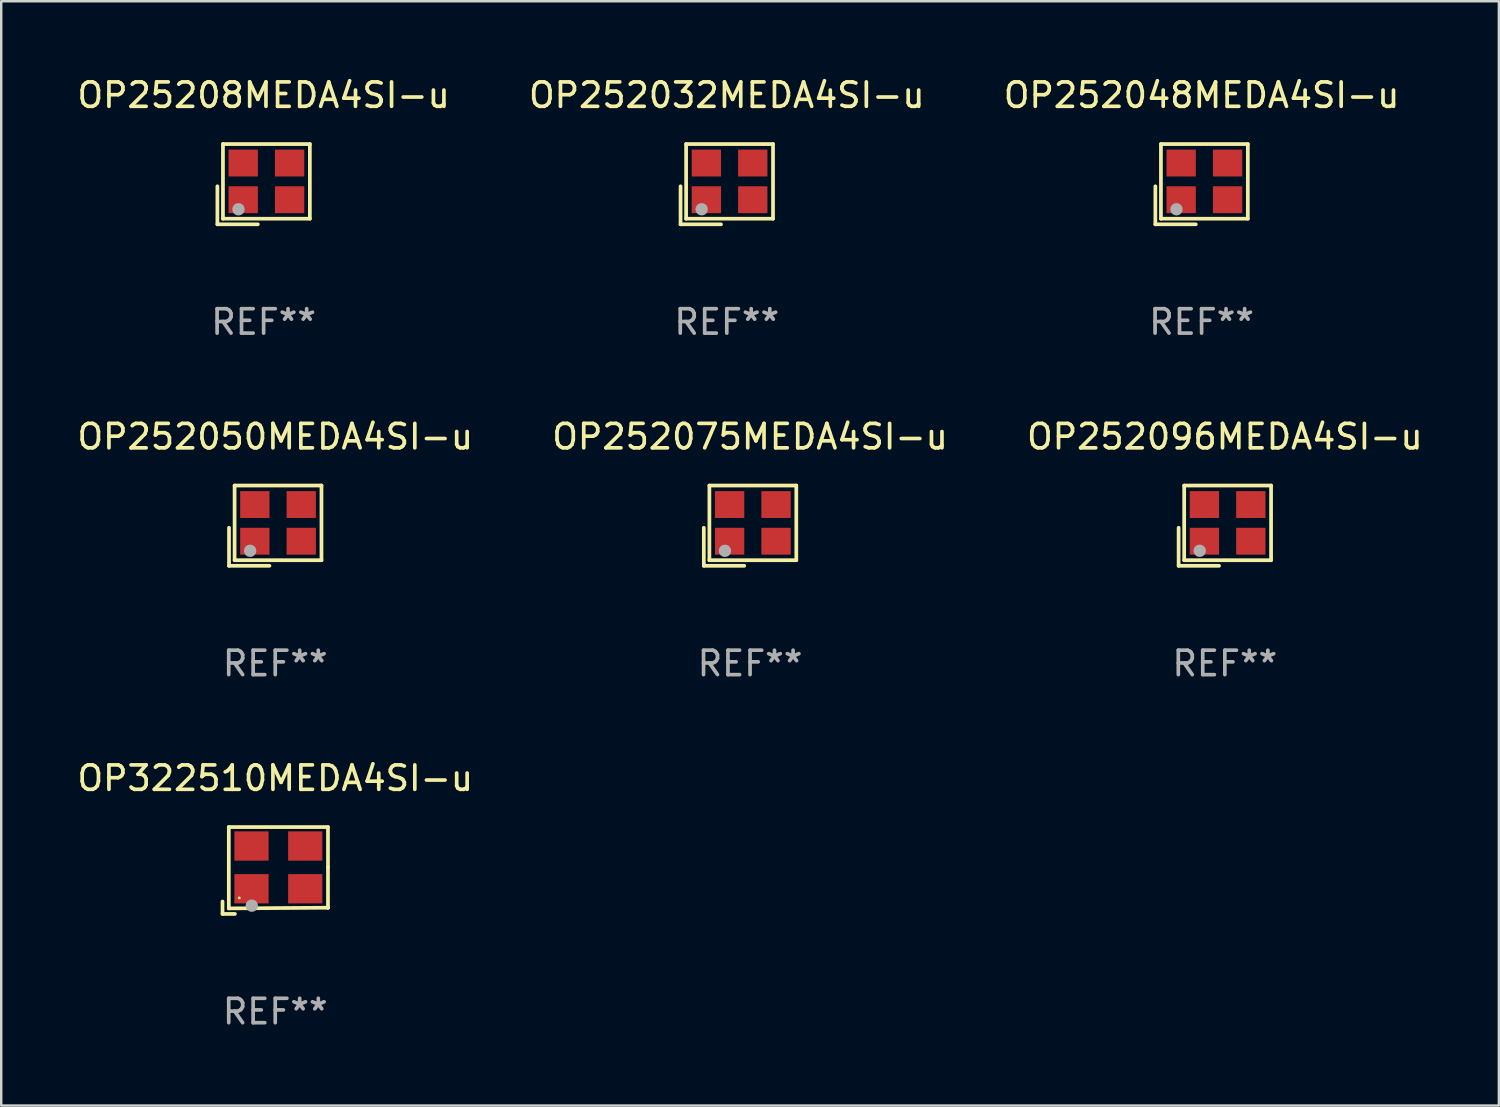
<source format=kicad_pcb>
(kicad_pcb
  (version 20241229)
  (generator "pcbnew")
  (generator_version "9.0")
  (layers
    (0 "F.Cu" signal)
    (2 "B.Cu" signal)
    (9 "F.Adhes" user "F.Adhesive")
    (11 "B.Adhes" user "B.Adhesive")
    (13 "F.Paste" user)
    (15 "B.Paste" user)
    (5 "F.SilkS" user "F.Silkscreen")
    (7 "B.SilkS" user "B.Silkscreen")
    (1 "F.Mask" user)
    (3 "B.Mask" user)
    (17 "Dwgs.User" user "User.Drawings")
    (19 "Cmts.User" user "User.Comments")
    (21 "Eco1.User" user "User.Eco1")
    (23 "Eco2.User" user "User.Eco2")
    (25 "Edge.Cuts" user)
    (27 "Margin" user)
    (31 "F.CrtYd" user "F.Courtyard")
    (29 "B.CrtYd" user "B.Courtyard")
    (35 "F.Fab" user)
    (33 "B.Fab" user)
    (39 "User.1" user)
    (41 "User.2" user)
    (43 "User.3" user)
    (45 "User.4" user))
  (footprint "OP252032MEDA4SI-u"
    (layer "F.Cu")
    (at 26.708 4.491)
    (property "Reference" "OP252032MEDA4SI-u" (at 0 -3.643 0) (layer "F.SilkS") (effects (font (size 1 1) (thickness 0.15))))
    (attr through_hole)
    (fp_line (start -1.893 0.086) (end -1.893 1.643) (stroke (width 0.152) (type solid)) (layer "F.SilkS"))
    (fp_line (start -1.893 1.643) (end -0.237 1.643) (stroke (width 0.152) (type solid)) (layer "F.SilkS"))
    (fp_line (start -1.665 -1.643) (end 1.893 -1.643) (stroke (width 0.152) (type solid)) (layer "F.SilkS"))
    (fp_line (start -1.665 1.414) (end -1.665 -1.643) (stroke (width 0.152) (type solid)) (layer "F.SilkS"))
    (fp_line (start 1.893 -1.643) (end 1.893 1.414) (stroke (width 0.152) (type solid)) (layer "F.SilkS"))
    (fp_line (start 1.893 1.414) (end -1.665 1.414) (stroke (width 0.152) (type solid)) (layer "F.SilkS"))
    (fp_circle (center -1.136 0.885) (end -1.106 0.885) (stroke (width 0.06) (type solid)) (fill no) (layer "F.SilkS"))
    (fp_circle (center -1.029 1.028) (end -0.902 1.028) (stroke (width 0.254) (type solid)) (fill no) (layer "F.Fab"))
    (fp_text user "REF**" (at 0 5.643 0) (layer "F.Fab") (effects (font (size 1 1) (thickness 0.15))))
    (pad "1" smd rect (at -0.836 0.636) (size 1.2 1.1) (layers "F.Cu" "F.Mask" "F.Paste"))
    (pad "2" smd rect (at 1.064 0.636) (size 1.2 1.1) (layers "F.Cu" "F.Mask" "F.Paste"))
    (pad "3" smd rect (at 1.064 -0.865) (size 1.2 1.1) (layers "F.Cu" "F.Mask" "F.Paste"))
    (pad "4" smd rect (at -0.836 -0.865) (size 1.2 1.1) (layers "F.Cu" "F.Mask" "F.Paste")))
  (footprint "OP252075MEDA4SI-u"
    (layer "F.Cu")
    (at 27.661 18.474)
    (property "Reference" "OP252075MEDA4SI-u" (at 0 -3.643 0) (layer "F.SilkS") (effects (font (size 1 1) (thickness 0.15))))
    (attr through_hole)
    (fp_line (start -1.893 0.086) (end -1.893 1.643) (stroke (width 0.152) (type solid)) (layer "F.SilkS"))
    (fp_line (start -1.893 1.643) (end -0.237 1.643) (stroke (width 0.152) (type solid)) (layer "F.SilkS"))
    (fp_line (start -1.665 -1.643) (end 1.893 -1.643) (stroke (width 0.152) (type solid)) (layer "F.SilkS"))
    (fp_line (start -1.665 1.414) (end -1.665 -1.643) (stroke (width 0.152) (type solid)) (layer "F.SilkS"))
    (fp_line (start 1.893 -1.643) (end 1.893 1.414) (stroke (width 0.152) (type solid)) (layer "F.SilkS"))
    (fp_line (start 1.893 1.414) (end -1.665 1.414) (stroke (width 0.152) (type solid)) (layer "F.SilkS"))
    (fp_circle (center -1.136 0.885) (end -1.106 0.885) (stroke (width 0.06) (type solid)) (fill no) (layer "F.SilkS"))
    (fp_circle (center -1.029 1.028) (end -0.902 1.028) (stroke (width 0.254) (type solid)) (fill no) (layer "F.Fab"))
    (fp_text user "REF**" (at 0 5.643 0) (layer "F.Fab") (effects (font (size 1 1) (thickness 0.15))))
    (pad "1" smd rect (at -0.836 0.636) (size 1.2 1.1) (layers "F.Cu" "F.Mask" "F.Paste"))
    (pad "2" smd rect (at 1.064 0.636) (size 1.2 1.1) (layers "F.Cu" "F.Mask" "F.Paste"))
    (pad "3" smd rect (at 1.064 -0.865) (size 1.2 1.1) (layers "F.Cu" "F.Mask" "F.Paste"))
    (pad "4" smd rect (at -0.836 -0.865) (size 1.2 1.1) (layers "F.Cu" "F.Mask" "F.Paste")))
  (footprint "OP252048MEDA4SI-u"
    (layer "F.Cu")
    (at 46.149 4.491)
    (property "Reference" "OP252048MEDA4SI-u" (at 0 -3.643 0) (layer "F.SilkS") (effects (font (size 1 1) (thickness 0.15))))
    (attr through_hole)
    (fp_line (start -1.893 0.086) (end -1.893 1.643) (stroke (width 0.152) (type solid)) (layer "F.SilkS"))
    (fp_line (start -1.893 1.643) (end -0.237 1.643) (stroke (width 0.152) (type solid)) (layer "F.SilkS"))
    (fp_line (start -1.665 -1.643) (end 1.893 -1.643) (stroke (width 0.152) (type solid)) (layer "F.SilkS"))
    (fp_line (start -1.665 1.414) (end -1.665 -1.643) (stroke (width 0.152) (type solid)) (layer "F.SilkS"))
    (fp_line (start 1.893 -1.643) (end 1.893 1.414) (stroke (width 0.152) (type solid)) (layer "F.SilkS"))
    (fp_line (start 1.893 1.414) (end -1.665 1.414) (stroke (width 0.152) (type solid)) (layer "F.SilkS"))
    (fp_circle (center -1.136 0.885) (end -1.106 0.885) (stroke (width 0.06) (type solid)) (fill no) (layer "F.SilkS"))
    (fp_circle (center -1.029 1.028) (end -0.902 1.028) (stroke (width 0.254) (type solid)) (fill no) (layer "F.Fab"))
    (fp_text user "REF**" (at 0 5.643 0) (layer "F.Fab") (effects (font (size 1 1) (thickness 0.15))))
    (pad "1" smd rect (at -0.836 0.636) (size 1.2 1.1) (layers "F.Cu" "F.Mask" "F.Paste"))
    (pad "2" smd rect (at 1.064 0.636) (size 1.2 1.1) (layers "F.Cu" "F.Mask" "F.Paste"))
    (pad "3" smd rect (at 1.064 -0.865) (size 1.2 1.1) (layers "F.Cu" "F.Mask" "F.Paste"))
    (pad "4" smd rect (at -0.836 -0.865) (size 1.2 1.1) (layers "F.Cu" "F.Mask" "F.Paste")))
  (footprint "OP252050MEDA4SI-u"
    (layer "F.Cu")
    (at 8.22 18.474)
    (property "Reference" "OP252050MEDA4SI-u" (at 0 -3.643 0) (layer "F.SilkS") (effects (font (size 1 1) (thickness 0.15))))
    (attr through_hole)
    (fp_line (start -1.893 0.086) (end -1.893 1.643) (stroke (width 0.152) (type solid)) (layer "F.SilkS"))
    (fp_line (start -1.893 1.643) (end -0.237 1.643) (stroke (width 0.152) (type solid)) (layer "F.SilkS"))
    (fp_line (start -1.665 -1.643) (end 1.893 -1.643) (stroke (width 0.152) (type solid)) (layer "F.SilkS"))
    (fp_line (start -1.665 1.414) (end -1.665 -1.643) (stroke (width 0.152) (type solid)) (layer "F.SilkS"))
    (fp_line (start 1.893 -1.643) (end 1.893 1.414) (stroke (width 0.152) (type solid)) (layer "F.SilkS"))
    (fp_line (start 1.893 1.414) (end -1.665 1.414) (stroke (width 0.152) (type solid)) (layer "F.SilkS"))
    (fp_circle (center -1.136 0.885) (end -1.106 0.885) (stroke (width 0.06) (type solid)) (fill no) (layer "F.SilkS"))
    (fp_circle (center -1.029 1.028) (end -0.902 1.028) (stroke (width 0.254) (type solid)) (fill no) (layer "F.Fab"))
    (fp_text user "REF**" (at 0 5.643 0) (layer "F.Fab") (effects (font (size 1 1) (thickness 0.15))))
    (pad "1" smd rect (at -0.836 0.636) (size 1.2 1.1) (layers "F.Cu" "F.Mask" "F.Paste"))
    (pad "2" smd rect (at 1.064 0.636) (size 1.2 1.1) (layers "F.Cu" "F.Mask" "F.Paste"))
    (pad "3" smd rect (at 1.064 -0.865) (size 1.2 1.1) (layers "F.Cu" "F.Mask" "F.Paste"))
    (pad "4" smd rect (at -0.836 -0.865) (size 1.2 1.1) (layers "F.Cu" "F.Mask" "F.Paste")))
  (footprint "OP252096MEDA4SI-u"
    (layer "F.Cu")
    (at 47.101 18.474)
    (property "Reference" "OP252096MEDA4SI-u" (at 0 -3.643 0) (layer "F.SilkS") (effects (font (size 1 1) (thickness 0.15))))
    (attr through_hole)
    (fp_line (start -1.893 0.086) (end -1.893 1.643) (stroke (width 0.152) (type solid)) (layer "F.SilkS"))
    (fp_line (start -1.893 1.643) (end -0.237 1.643) (stroke (width 0.152) (type solid)) (layer "F.SilkS"))
    (fp_line (start -1.665 -1.643) (end 1.893 -1.643) (stroke (width 0.152) (type solid)) (layer "F.SilkS"))
    (fp_line (start -1.665 1.414) (end -1.665 -1.643) (stroke (width 0.152) (type solid)) (layer "F.SilkS"))
    (fp_line (start 1.893 -1.643) (end 1.893 1.414) (stroke (width 0.152) (type solid)) (layer "F.SilkS"))
    (fp_line (start 1.893 1.414) (end -1.665 1.414) (stroke (width 0.152) (type solid)) (layer "F.SilkS"))
    (fp_circle (center -1.136 0.885) (end -1.106 0.885) (stroke (width 0.06) (type solid)) (fill no) (layer "F.SilkS"))
    (fp_circle (center -1.029 1.028) (end -0.902 1.028) (stroke (width 0.254) (type solid)) (fill no) (layer "F.Fab"))
    (fp_text user "REF**" (at 0 5.643 0) (layer "F.Fab") (effects (font (size 1 1) (thickness 0.15))))
    (pad "1" smd rect (at -0.836 0.636) (size 1.2 1.1) (layers "F.Cu" "F.Mask" "F.Paste"))
    (pad "2" smd rect (at 1.064 0.636) (size 1.2 1.1) (layers "F.Cu" "F.Mask" "F.Paste"))
    (pad "3" smd rect (at 1.064 -0.865) (size 1.2 1.1) (layers "F.Cu" "F.Mask" "F.Paste"))
    (pad "4" smd rect (at -0.836 -0.865) (size 1.2 1.1) (layers "F.Cu" "F.Mask" "F.Paste")))
  (footprint "OP322510MEDA4SI-u"
    (layer "F.Cu")
    (at 8.22 32.592)
    (property "Reference" "OP322510MEDA4SI-u" (at 0 -3.778 0) (layer "F.SilkS") (effects (font (size 1 1) (thickness 0.15))))
    (attr through_hole)
    (fp_line (start -2.159 1.27) (end -2.159 1.778) (stroke (width 0.152) (type solid)) (layer "F.SilkS"))
    (fp_line (start -2.159 1.778) (end -1.651 1.778) (stroke (width 0.152) (type solid)) (layer "F.SilkS"))
    (fp_line (start -1.902 -1.778) (end 2.159 -1.778) (stroke (width 0.152) (type solid)) (layer "F.SilkS"))
    (fp_line (start -1.902 1.552) (end -1.902 -1.778) (stroke (width 0.152) (type solid)) (layer "F.SilkS"))
    (fp_line (start 2.159 -1.778) (end 2.159 -0.127) (stroke (width 0.152) (type solid)) (layer "F.SilkS"))
    (fp_line (start 2.159 -0.127) (end 2.159 1.524) (stroke (width 0.152) (type solid)) (layer "F.SilkS"))
    (fp_line (start 2.159 1.524) (end -1.902 1.552) (stroke (width 0.152) (type solid)) (layer "F.SilkS"))
    (fp_line (start 2.159 1.524) (end 2.159 1.524) (stroke (width 0.152) (type solid)) (layer "F.SilkS"))
    (fp_circle (center -1.473 1.123) (end -1.443 1.123) (stroke (width 0.06) (type solid)) (fill no) (layer "F.SilkS"))
    (fp_circle (center -0.961 1.44) (end -0.834 1.44) (stroke (width 0.254) (type solid)) (fill no) (layer "F.Fab"))
    (fp_text user "REF**" (at 0 5.778 0) (layer "F.Fab") (effects (font (size 1 1) (thickness 0.15))))
    (pad "1" smd rect (at -0.973 0.748) (size 1.4 1.2) (layers "F.Cu" "F.Mask" "F.Paste"))
    (pad "2" smd rect (at 1.227 0.748) (size 1.4 1.2) (layers "F.Cu" "F.Mask" "F.Paste"))
    (pad "3" smd rect (at 1.227 -1.002) (size 1.4 1.2) (layers "F.Cu" "F.Mask" "F.Paste"))
    (pad "4" smd rect (at -0.973 -1.002) (size 1.4 1.2) (layers "F.Cu" "F.Mask" "F.Paste")))
  (footprint "OP25208MEDA4SI-u"
    (layer "F.Cu")
    (at 7.744 4.491)
    (property "Reference" "OP25208MEDA4SI-u" (at 0 -3.643 0) (layer "F.SilkS") (effects (font (size 1 1) (thickness 0.15))))
    (attr through_hole)
    (fp_line (start -1.893 0.086) (end -1.893 1.643) (stroke (width 0.152) (type solid)) (layer "F.SilkS"))
    (fp_line (start -1.893 1.643) (end -0.237 1.643) (stroke (width 0.152) (type solid)) (layer "F.SilkS"))
    (fp_line (start -1.665 -1.643) (end 1.893 -1.643) (stroke (width 0.152) (type solid)) (layer "F.SilkS"))
    (fp_line (start -1.665 1.414) (end -1.665 -1.643) (stroke (width 0.152) (type solid)) (layer "F.SilkS"))
    (fp_line (start 1.893 -1.643) (end 1.893 1.414) (stroke (width 0.152) (type solid)) (layer "F.SilkS"))
    (fp_line (start 1.893 1.414) (end -1.665 1.414) (stroke (width 0.152) (type solid)) (layer "F.SilkS"))
    (fp_circle (center -1.136 0.885) (end -1.106 0.885) (stroke (width 0.06) (type solid)) (fill no) (layer "F.SilkS"))
    (fp_circle (center -1.029 1.028) (end -0.902 1.028) (stroke (width 0.254) (type solid)) (fill no) (layer "F.Fab"))
    (fp_text user "REF**" (at 0 5.643 0) (layer "F.Fab") (effects (font (size 1 1) (thickness 0.15))))
    (pad "1" smd rect (at -0.836 0.636) (size 1.2 1.1) (layers "F.Cu" "F.Mask" "F.Paste"))
    (pad "2" smd rect (at 1.064 0.636) (size 1.2 1.1) (layers "F.Cu" "F.Mask" "F.Paste"))
    (pad "3" smd rect (at 1.064 -0.865) (size 1.2 1.1) (layers "F.Cu" "F.Mask" "F.Paste"))
    (pad "4" smd rect (at -0.836 -0.865) (size 1.2 1.1) (layers "F.Cu" "F.Mask" "F.Paste")))
  (gr_rect
    (start -3 -3)
    (end 58.321 42.218)
    (stroke (width 0.1) (type default))
    (fill no)
    (layer "Edge.Cuts")))
</source>
